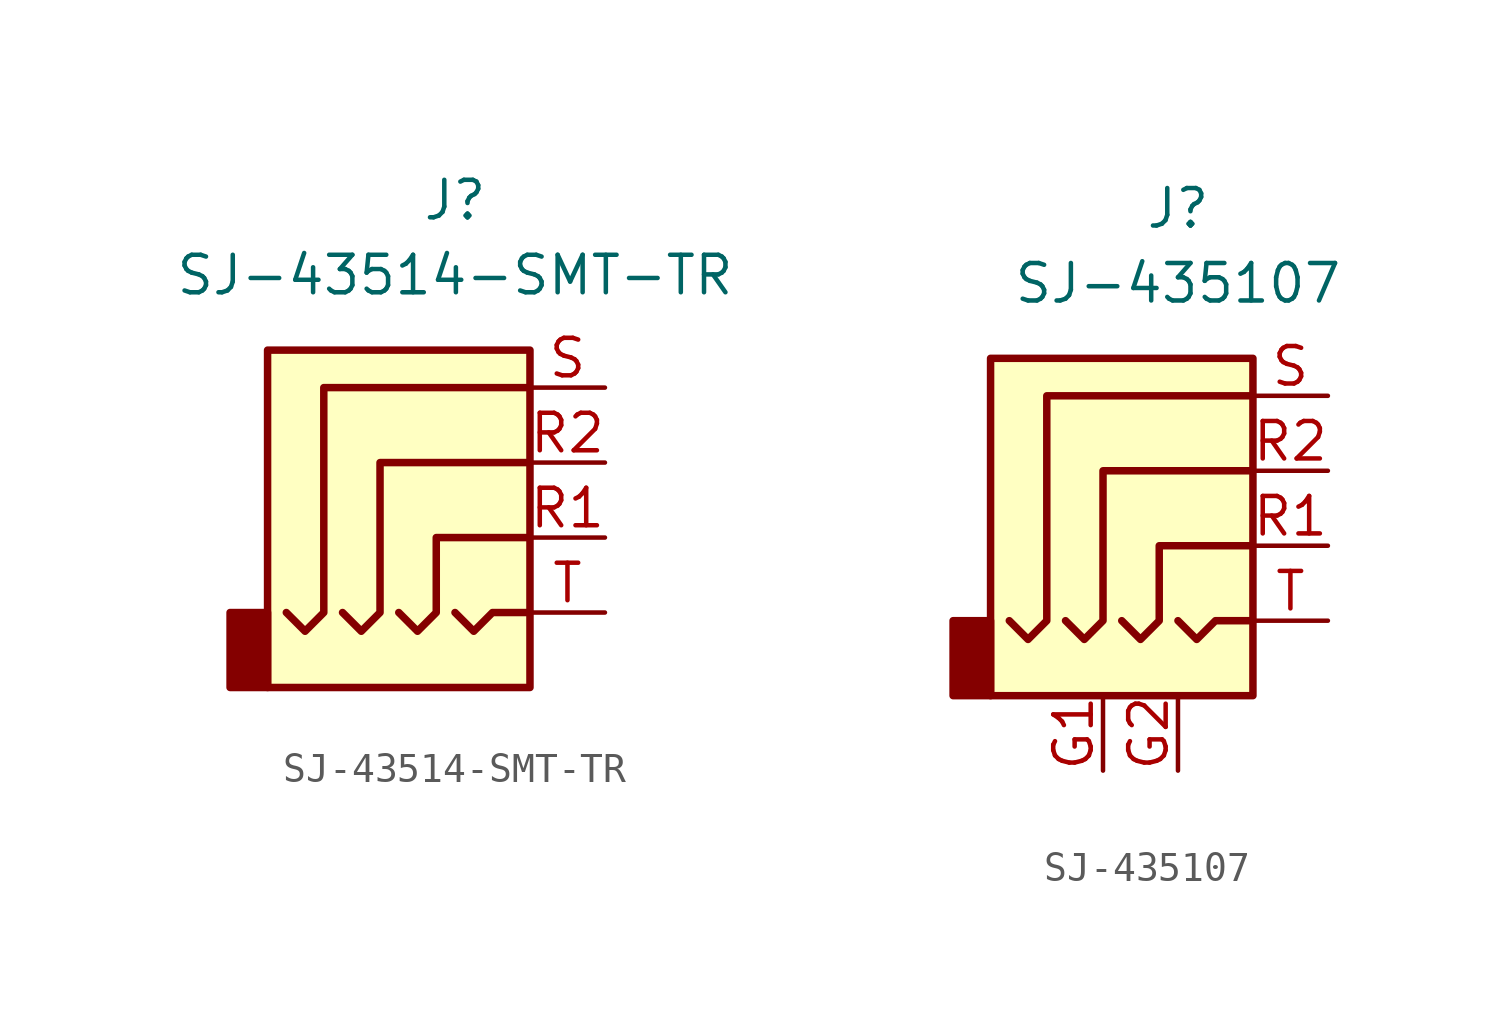
<source format=kicad_sym>
(kicad_symbol_lib
  (version 20211014)
  (generator kicad_symbol_editor)
  (symbol "SJ-43514-SMT-TR"
    (property "Reference" "J"
      (at 0 8.89 0)
      (effects (font (size 1.27 1.27))))
    (property "Value" "SJ-43514-SMT-TR"
      (at 0 6.35 0)
      (effects (font (size 1.27 1.27))))
    (symbol "SJ-43514-SMT-TR_0_1"
      (rectangle (start -6.35 -7.62) (end -7.62 -5.08) (stroke (width 0.254) (type default) (color 0 0 0 0)) (fill (type outline)))
      (polyline (pts (xy 0 -5.08) (xy 0.635 -5.715) (xy 1.27 -5.08) (xy 2.54 -5.08)) (stroke (width 0.254) (type default) (color 0 0 0 0)) (fill (type none)))
      (polyline (pts (xy -5.715 -5.08) (xy -5.08 -5.715) (xy -4.445 -5.08) (xy -4.445 2.54) (xy 2.54 2.54)) (stroke (width 0.254) (type default) (color 0 0 0 0)) (fill (type none)))
      (polyline (pts (xy -1.905 -5.08) (xy -1.27 -5.715) (xy -0.635 -5.08) (xy -0.635 -2.54) (xy 2.54 -2.54)) (stroke (width 0.254) (type default) (color 0 0 0 0)) (fill (type none)))
      (polyline (pts (xy 2.54 0) (xy -2.54 0) (xy -2.54 -5.08) (xy -3.175 -5.715) (xy -3.81 -5.08)) (stroke (width 0.254) (type default) (color 0 0 0 0)) (fill (type none)))
      (rectangle (start 2.54 3.81) (end -6.35 -7.62) (stroke (width 0.254) (type default) (color 0 0 0 0)) (fill (type background))))
    (symbol "SJ-43514-SMT-TR_1_1"
      (pin passive line (at 5.08 -2.54 180) (length 2.54) (name "~" (effects (font (size 1.27 1.27)))) (number "R1" (effects (font (size 1.27 1.27)))))
      (pin passive line (at 5.08 0 180) (length 2.54) (name "~" (effects (font (size 1.27 1.27)))) (number "R2" (effects (font (size 1.27 1.27)))))
      (pin passive line (at 5.08 2.54 180) (length 2.54) (name "~" (effects (font (size 1.27 1.27)))) (number "S" (effects (font (size 1.27 1.27)))))
      (pin passive line (at 5.08 -5.08 180) (length 2.54) (name "~" (effects (font (size 1.27 1.27)))) (number "T" (effects (font (size 1.27 1.27)))))))
  (symbol "SJ-435107"
    (property "Reference" "J"
      (at 0 8.89 0)
      (effects (font (size 1.27 1.27))))
    (property "Value" "SJ-435107"
      (at 0 6.35 0)
      (effects (font (size 1.27 1.27))))
    (symbol "SJ-435107_0_1"
      (rectangle (start -6.35 -7.62) (end -7.62 -5.08) (stroke (width 0.254) (type default) (color 0 0 0 0)) (fill (type outline)))
      (polyline (pts (xy 0 -5.08) (xy 0.635 -5.715) (xy 1.27 -5.08) (xy 2.54 -5.08)) (stroke (width 0.254) (type default) (color 0 0 0 0)) (fill (type none)))
      (polyline (pts (xy -5.715 -5.08) (xy -5.08 -5.715) (xy -4.445 -5.08) (xy -4.445 2.54) (xy 2.54 2.54)) (stroke (width 0.254) (type default) (color 0 0 0 0)) (fill (type none)))
      (polyline (pts (xy -1.905 -5.08) (xy -1.27 -5.715) (xy -0.635 -5.08) (xy -0.635 -2.54) (xy 2.54 -2.54)) (stroke (width 0.254) (type default) (color 0 0 0 0)) (fill (type none)))
      (polyline (pts (xy 2.54 0) (xy -2.54 0) (xy -2.54 -5.08) (xy -3.175 -5.715) (xy -3.81 -5.08)) (stroke (width 0.254) (type default) (color 0 0 0 0)) (fill (type none)))
      (rectangle (start 2.54 3.81) (end -6.35 -7.62) (stroke (width 0.254) (type default) (color 0 0 0 0)) (fill (type background))))
    (symbol "SJ-435107_1_1"
      (pin passive line (at -2.54 -10.16 90) (length 2.54) (name "~" (effects (font (size 1.27 1.27)))) (number "G1" (effects (font (size 1.27 1.27)))))
      (pin passive line (at 0 -10.16 90) (length 2.54) (name "~" (effects (font (size 1.27 1.27)))) (number "G2" (effects (font (size 1.27 1.27)))))
      (pin passive line (at 5.08 -2.54 180) (length 2.54) (name "~" (effects (font (size 1.27 1.27)))) (number "R1" (effects (font (size 1.27 1.27)))))
      (pin passive line (at 5.08 0 180) (length 2.54) (name "~" (effects (font (size 1.27 1.27)))) (number "R2" (effects (font (size 1.27 1.27)))))
      (pin passive line (at 5.08 2.54 180) (length 2.54) (name "~" (effects (font (size 1.27 1.27)))) (number "S" (effects (font (size 1.27 1.27)))))
      (pin passive line (at 5.08 -5.08 180) (length 2.54) (name "~" (effects (font (size 1.27 1.27)))) (number "T" (effects (font (size 1.27 1.27))))))))
</source>
